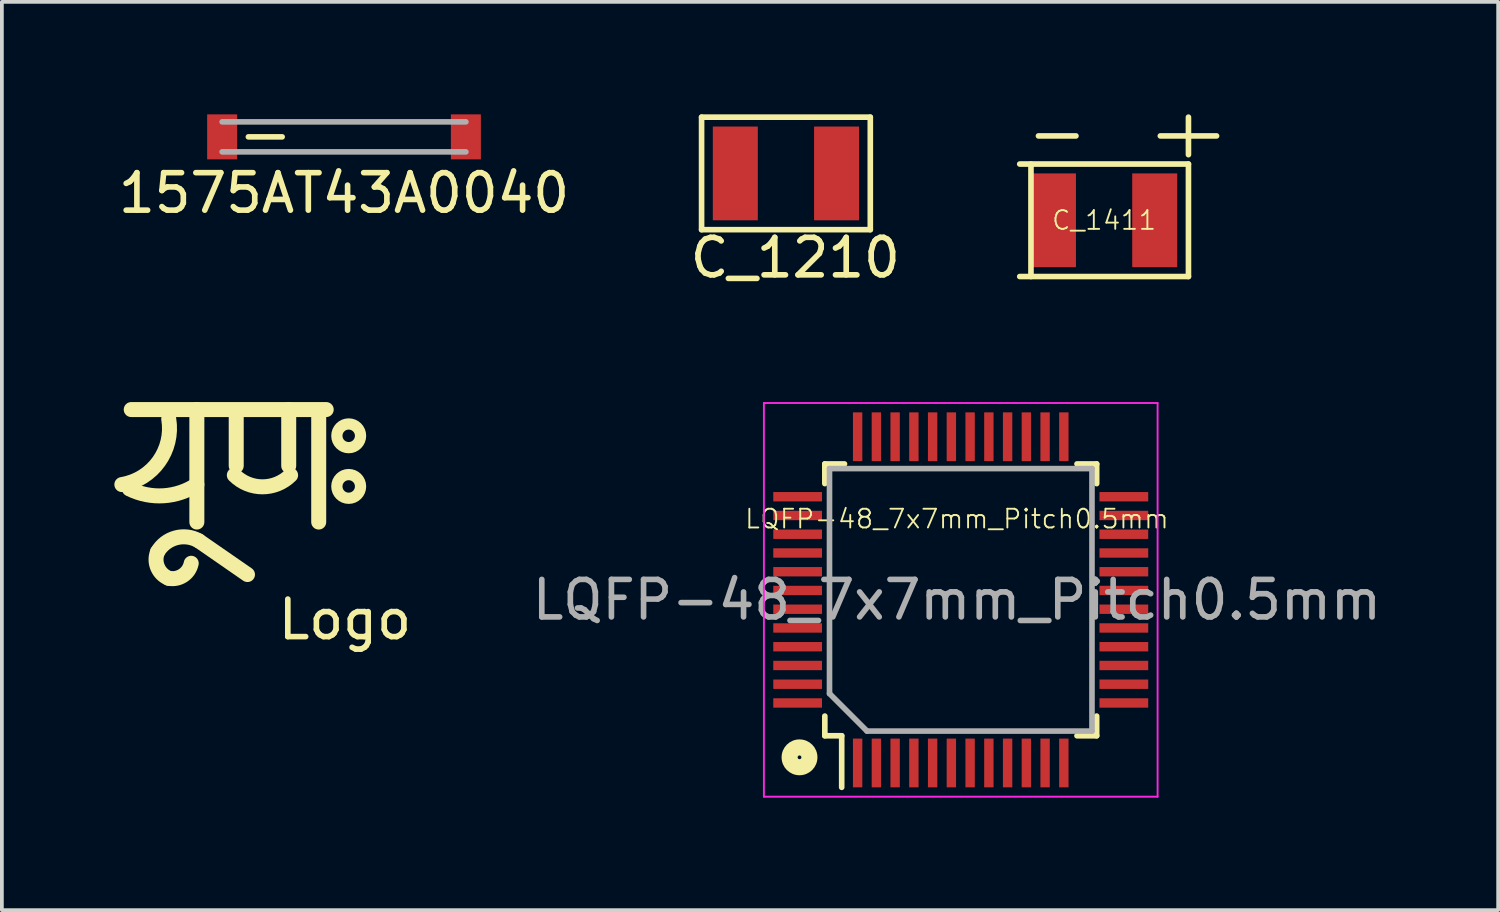
<source format=kicad_pcb>
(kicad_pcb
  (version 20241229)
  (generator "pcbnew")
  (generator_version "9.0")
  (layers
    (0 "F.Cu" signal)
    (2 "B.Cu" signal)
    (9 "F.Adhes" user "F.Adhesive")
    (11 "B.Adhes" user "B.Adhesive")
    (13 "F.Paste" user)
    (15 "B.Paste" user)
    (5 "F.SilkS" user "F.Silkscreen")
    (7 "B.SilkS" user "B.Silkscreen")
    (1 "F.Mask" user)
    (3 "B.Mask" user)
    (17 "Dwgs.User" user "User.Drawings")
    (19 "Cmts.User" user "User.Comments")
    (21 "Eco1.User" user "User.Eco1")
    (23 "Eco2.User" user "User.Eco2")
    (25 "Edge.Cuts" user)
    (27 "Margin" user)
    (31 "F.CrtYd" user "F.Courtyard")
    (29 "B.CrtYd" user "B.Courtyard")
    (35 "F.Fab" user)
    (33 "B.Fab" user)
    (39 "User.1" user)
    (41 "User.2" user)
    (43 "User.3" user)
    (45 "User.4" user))
  (footprint "C_1210"
    (layer "F.Cu")
    (at 17.911 1.575)
    (property "Reference" "C_1210" (at 0.25 2.25 0) (layer "F.SilkS") (effects (font (size 1 1) (thickness 0.15))))
    (attr through_hole)
    (fp_line (start -2.25 -1.5) (end 2.25 -1.5) (stroke (width 0.15) (type solid)) (layer "F.SilkS"))
    (fp_line (start -2.25 1.5) (end -2.25 -1.5) (stroke (width 0.15) (type solid)) (layer "F.SilkS"))
    (fp_line (start 2.25 -1.5) (end 2.25 1.5) (stroke (width 0.15) (type solid)) (layer "F.SilkS"))
    (fp_line (start 2.25 1.5) (end -2.25 1.5) (stroke (width 0.15) (type solid)) (layer "F.SilkS"))
    (pad "1" smd rect (at -1.35 0) (size 1.2 2.5) (layers "F.Cu" "F.Mask" "F.Paste"))
    (pad "2" smd rect (at 1.35 0) (size 1.2 2.5) (layers "F.Cu" "F.Mask" "F.Paste")))
  (footprint "Logo"
    (layer "F.Cu")
    (at 2.95 11.373)
    (property "Reference" "Logo" (at 3.2 2.1 0) (layer "F.SilkS") (effects (font (size 1 1) (thickness 0.15))))
    (attr through_hole)
    (fp_line (start -2.5 -3.5) (end 2.7 -3.5) (stroke (width 0.4) (type solid)) (layer "F.SilkS"))
    (fp_line (start -0.75 -3.5) (end -0.75 -0.5) (stroke (width 0.4) (type solid)) (layer "F.SilkS"))
    (fp_line (start -0.7 0) (end 0.6 0.9) (stroke (width 0.4) (type solid)) (layer "F.SilkS"))
    (fp_line (start 0.3 -3.4) (end 0.3 -2) (stroke (width 0.4) (type solid)) (layer "F.SilkS"))
    (fp_line (start 1.7 -3.5) (end 1.7 -2) (stroke (width 0.4) (type solid)) (layer "F.SilkS"))
    (fp_line (start 2.5 -3.4) (end 2.5 -0.5) (stroke (width 0.4) (type solid)) (layer "F.SilkS"))
    (fp_arc (start -1.8 0.3) (mid -1.312132 -0.077817) (end -0.7 0) (stroke (width 0.4) (type solid)) (layer "F.SilkS"))
    (fp_arc (start -1.5 -3.25) (mid -1.762563 -2.116117) (end -2.75 -1.5) (stroke (width 0.4) (type solid)) (layer "F.SilkS"))
    (fp_arc (start -1.5 1) (mid -1.794975 0.712132) (end -1.8 0.3) (stroke (width 0.4) (type solid)) (layer "F.SilkS"))
    (fp_arc (start -0.9 0.6) (mid -1.117157 0.924264) (end -1.5 1) (stroke (width 0.4) (type solid)) (layer "F.SilkS"))
    (fp_arc (start -0.75 -1.5) (mid -1.633975 -1.200962) (end -2.549038 -1.383975) (stroke (width 0.4) (type solid)) (layer "F.SilkS"))
    (fp_arc (start 1.75 -1.75) (mid 1 -1.43934) (end 0.25 -1.75) (stroke (width 0.4) (type solid)) (layer "F.SilkS"))
    (fp_circle (center 3.3 -2.8) (end 3.4 -3.1) (stroke (width 0.3) (type solid)) (fill no) (layer "F.SilkS"))
    (fp_circle (center 3.3 -1.45) (end 3.4 -1.75) (stroke (width 0.3) (type solid)) (fill no) (layer "F.SilkS")))
  (footprint "1575AT43A0040"
    (layer "F.Cu")
    (at 6.125 0.6)
    (property "Reference" "1575AT43A0040" (at 0 1.5 0) (layer "F.SilkS") (effects (font (size 1 1) (thickness 0.15))))
    (attr through_hole)
    (fp_line (start -1.65 0) (end -2.55 0) (stroke (width 0.15) (type solid)) (layer "F.SilkS"))
    (fp_line (start -3.25 -0.4) (end 3.25 -0.4) (stroke (width 0.15) (type solid)) (layer "F.Fab"))
    (fp_line (start -3.25 0.4) (end 3.25 0.4) (stroke (width 0.15) (type solid)) (layer "F.Fab"))
    (pad "1" smd rect (at -3.25 0) (size 0.8 1.2) (layers "F.Cu" "F.Mask" "F.Paste"))
    (pad "2" smd rect (at 3.25 0) (size 0.8 1.2) (layers "F.Cu" "F.Mask" "F.Paste")))
  (footprint "LQFP-48_7x7mm_Pitch0.5mm"
    (layer "F.Cu")
    (at 22.573 12.948)
    (property "Reference" "LQFP-48_7x7mm_Pitch0.5mm" (at -0.102 -2.159 0) (layer "F.SilkS") (effects (font (size 0.5 0.5) (thickness 0.05))))
    (attr smd)
    (fp_line (start -3.625 -3.625) (end -3.625 -3.1) (stroke (width 0.15) (type solid)) (layer "F.SilkS"))
    (fp_line (start -3.625 -3.625) (end -3.1 -3.625) (stroke (width 0.15) (type solid)) (layer "F.SilkS"))
    (fp_line (start -3.625 3.625) (end -3.625 3.1) (stroke (width 0.15) (type solid)) (layer "F.SilkS"))
    (fp_line (start -3.625 3.625) (end -3.175 3.625) (stroke (width 0.15) (type solid)) (layer "F.SilkS"))
    (fp_line (start -3.175 3.625) (end -3.175 5) (stroke (width 0.15) (type solid)) (layer "F.SilkS"))
    (fp_line (start 3.625 -3.625) (end 3.1 -3.625) (stroke (width 0.15) (type solid)) (layer "F.SilkS"))
    (fp_line (start 3.625 -3.625) (end 3.625 -3.1) (stroke (width 0.15) (type solid)) (layer "F.SilkS"))
    (fp_line (start 3.625 3.625) (end 3.1 3.625) (stroke (width 0.15) (type solid)) (layer "F.SilkS"))
    (fp_line (start 3.625 3.625) (end 3.625 3.1) (stroke (width 0.15) (type solid)) (layer "F.SilkS"))
    (fp_circle (center -4.3 4.2) (end -4.7 4.15) (stroke (width 0.15) (type solid)) (fill no) (layer "F.SilkS"))
    (fp_circle (center -4.3 4.2) (end -4.6 4.1) (stroke (width 0.15) (type solid)) (fill no) (layer "F.SilkS"))
    (fp_circle (center -4.3 4.2) (end -4.55 4.2) (stroke (width 0.15) (type solid)) (fill no) (layer "F.SilkS"))
    (fp_circle (center -4.3 4.2) (end -4.45 4.2) (stroke (width 0.15) (type solid)) (fill no) (layer "F.SilkS"))
    (fp_circle (center -4.3 4.2) (end -4.35 4.2) (stroke (width 0.15) (type solid)) (fill no) (layer "F.SilkS"))
    (fp_line (start -5.25 -5.25) (end 5.25 -5.25) (stroke (width 0.05) (type solid)) (layer "F.CrtYd"))
    (fp_line (start -5.25 5.25) (end -5.25 -5.25) (stroke (width 0.05) (type solid)) (layer "F.CrtYd"))
    (fp_line (start -5.25 5.25) (end 5.25 5.25) (stroke (width 0.05) (type solid)) (layer "F.CrtYd"))
    (fp_line (start 5.25 5.25) (end 5.25 -5.25) (stroke (width 0.05) (type solid)) (layer "F.CrtYd"))
    (fp_line (start -3.5 -3.5) (end 3.5 -3.5) (stroke (width 0.15) (type solid)) (layer "F.Fab"))
    (fp_line (start -3.5 2.5) (end -3.5 -3.5) (stroke (width 0.15) (type solid)) (layer "F.Fab"))
    (fp_line (start -2.5 3.5) (end -3.5 2.5) (stroke (width 0.15) (type solid)) (layer "F.Fab"))
    (fp_line (start 3.5 -3.5) (end 3.5 3.5) (stroke (width 0.15) (type solid)) (layer "F.Fab"))
    (fp_line (start 3.5 3.5) (end -2.5 3.5) (stroke (width 0.15) (type solid)) (layer "F.Fab"))
    (fp_text user "${REFERENCE}" (at -0.102 0 180) (layer "F.Fab") (effects (font (size 1 1) (thickness 0.15))))
    (pad "1" smd rect (at -2.75 4.35 90) (size 1.3 0.25) (layers "F.Cu" "F.Mask" "F.Paste"))
    (pad "2" smd rect (at -2.25 4.35 90) (size 1.3 0.25) (layers "F.Cu" "F.Mask" "F.Paste"))
    (pad "3" smd rect (at -1.75 4.35 90) (size 1.3 0.25) (layers "F.Cu" "F.Mask" "F.Paste"))
    (pad "4" smd rect (at -1.25 4.35 90) (size 1.3 0.25) (layers "F.Cu" "F.Mask" "F.Paste"))
    (pad "5" smd rect (at -0.75 4.35 90) (size 1.3 0.25) (layers "F.Cu" "F.Mask" "F.Paste"))
    (pad "6" smd rect (at -0.25 4.35 90) (size 1.3 0.25) (layers "F.Cu" "F.Mask" "F.Paste"))
    (pad "7" smd rect (at 0.25 4.35 90) (size 1.3 0.25) (layers "F.Cu" "F.Mask" "F.Paste"))
    (pad "8" smd rect (at 0.75 4.35 90) (size 1.3 0.25) (layers "F.Cu" "F.Mask" "F.Paste"))
    (pad "9" smd rect (at 1.25 4.35 90) (size 1.3 0.25) (layers "F.Cu" "F.Mask" "F.Paste"))
    (pad "10" smd rect (at 1.75 4.35 90) (size 1.3 0.25) (layers "F.Cu" "F.Mask" "F.Paste"))
    (pad "11" smd rect (at 2.25 4.35 90) (size 1.3 0.25) (layers "F.Cu" "F.Mask" "F.Paste"))
    (pad "12" smd rect (at 2.75 4.35 90) (size 1.3 0.25) (layers "F.Cu" "F.Mask" "F.Paste"))
    (pad "13" smd rect (at 4.35 2.75 180) (size 1.3 0.25) (layers "F.Cu" "F.Mask" "F.Paste"))
    (pad "14" smd rect (at 4.35 2.25 180) (size 1.3 0.25) (layers "F.Cu" "F.Mask" "F.Paste"))
    (pad "15" smd rect (at 4.35 1.75 180) (size 1.3 0.25) (layers "F.Cu" "F.Mask" "F.Paste"))
    (pad "16" smd rect (at 4.35 1.25 180) (size 1.3 0.25) (layers "F.Cu" "F.Mask" "F.Paste"))
    (pad "17" smd rect (at 4.35 0.75 180) (size 1.3 0.25) (layers "F.Cu" "F.Mask" "F.Paste"))
    (pad "18" smd rect (at 4.35 0.25 180) (size 1.3 0.25) (layers "F.Cu" "F.Mask" "F.Paste"))
    (pad "19" smd rect (at 4.35 -0.25 180) (size 1.3 0.25) (layers "F.Cu" "F.Mask" "F.Paste"))
    (pad "20" smd rect (at 4.35 -0.75 180) (size 1.3 0.25) (layers "F.Cu" "F.Mask" "F.Paste"))
    (pad "21" smd rect (at 4.35 -1.25 180) (size 1.3 0.25) (layers "F.Cu" "F.Mask" "F.Paste"))
    (pad "22" smd rect (at 4.35 -1.75 180) (size 1.3 0.25) (layers "F.Cu" "F.Mask" "F.Paste"))
    (pad "23" smd rect (at 4.35 -2.25 180) (size 1.3 0.25) (layers "F.Cu" "F.Mask" "F.Paste"))
    (pad "24" smd rect (at 4.35 -2.75 180) (size 1.3 0.25) (layers "F.Cu" "F.Mask" "F.Paste"))
    (pad "25" smd rect (at 2.75 -4.35 90) (size 1.3 0.25) (layers "F.Cu" "F.Mask" "F.Paste"))
    (pad "26" smd rect (at 2.25 -4.35 90) (size 1.3 0.25) (layers "F.Cu" "F.Mask" "F.Paste"))
    (pad "27" smd rect (at 1.75 -4.35 90) (size 1.3 0.25) (layers "F.Cu" "F.Mask" "F.Paste"))
    (pad "28" smd rect (at 1.25 -4.35 90) (size 1.3 0.25) (layers "F.Cu" "F.Mask" "F.Paste"))
    (pad "29" smd rect (at 0.75 -4.35 90) (size 1.3 0.25) (layers "F.Cu" "F.Mask" "F.Paste"))
    (pad "30" smd rect (at 0.25 -4.35 90) (size 1.3 0.25) (layers "F.Cu" "F.Mask" "F.Paste"))
    (pad "31" smd rect (at -0.25 -4.35 90) (size 1.3 0.25) (layers "F.Cu" "F.Mask" "F.Paste"))
    (pad "32" smd rect (at -0.75 -4.35 90) (size 1.3 0.25) (layers "F.Cu" "F.Mask" "F.Paste"))
    (pad "33" smd rect (at -1.25 -4.35 90) (size 1.3 0.25) (layers "F.Cu" "F.Mask" "F.Paste"))
    (pad "34" smd rect (at -1.75 -4.35 90) (size 1.3 0.25) (layers "F.Cu" "F.Mask" "F.Paste"))
    (pad "35" smd rect (at -2.25 -4.35 90) (size 1.3 0.25) (layers "F.Cu" "F.Mask" "F.Paste"))
    (pad "36" smd rect (at -2.75 -4.35 90) (size 1.3 0.25) (layers "F.Cu" "F.Mask" "F.Paste"))
    (pad "37" smd rect (at -4.35 -2.75 180) (size 1.3 0.25) (layers "F.Cu" "F.Mask" "F.Paste"))
    (pad "38" smd rect (at -4.35 -2.25 180) (size 1.3 0.25) (layers "F.Cu" "F.Mask" "F.Paste"))
    (pad "39" smd rect (at -4.35 -1.75 180) (size 1.3 0.25) (layers "F.Cu" "F.Mask" "F.Paste"))
    (pad "40" smd rect (at -4.35 -1.25 180) (size 1.3 0.25) (layers "F.Cu" "F.Mask" "F.Paste"))
    (pad "41" smd rect (at -4.35 -0.75 180) (size 1.3 0.25) (layers "F.Cu" "F.Mask" "F.Paste"))
    (pad "42" smd rect (at -4.35 -0.25 180) (size 1.3 0.25) (layers "F.Cu" "F.Mask" "F.Paste"))
    (pad "43" smd rect (at -4.35 0.25 180) (size 1.3 0.25) (layers "F.Cu" "F.Mask" "F.Paste"))
    (pad "44" smd rect (at -4.35 0.75 180) (size 1.3 0.25) (layers "F.Cu" "F.Mask" "F.Paste"))
    (pad "45" smd rect (at -4.35 1.25 180) (size 1.3 0.25) (layers "F.Cu" "F.Mask" "F.Paste"))
    (pad "46" smd rect (at -4.35 1.75 180) (size 1.3 0.25) (layers "F.Cu" "F.Mask" "F.Paste"))
    (pad "47" smd rect (at -4.35 2.25 180) (size 1.3 0.25) (layers "F.Cu" "F.Mask" "F.Paste"))
    (pad "48" smd rect (at -4.35 2.75 180) (size 1.3 0.25) (layers "F.Cu" "F.Mask" "F.Paste")))
  (footprint "C_1411"
    (layer "F.Cu")
    (at 26.396 2.825)
    (property "Reference" "C_1411" (at 0 0 0) (layer "F.SilkS") (effects (font (size 0.5 0.5) (thickness 0.05))))
    (attr through_hole)
    (fp_line (start -2.25 -1.5) (end 2.25 -1.5) (stroke (width 0.15) (type solid)) (layer "F.SilkS"))
    (fp_line (start -1.95 -1.5) (end -1.95 1.5) (stroke (width 0.15) (type solid)) (layer "F.SilkS"))
    (fp_line (start -1.75 -2.25) (end -0.75 -2.25) (stroke (width 0.15) (type solid)) (layer "F.SilkS"))
    (fp_line (start 1.5 -2.25) (end 3 -2.25) (stroke (width 0.15) (type solid)) (layer "F.SilkS"))
    (fp_line (start 2.25 -2.75) (end 2.25 -1.75) (stroke (width 0.15) (type solid)) (layer "F.SilkS"))
    (fp_line (start 2.25 -1.5) (end 2.25 1.5) (stroke (width 0.15) (type solid)) (layer "F.SilkS"))
    (fp_line (start 2.25 1.5) (end -2.25 1.5) (stroke (width 0.15) (type solid)) (layer "F.SilkS"))
    (pad "1" smd rect (at 1.35 0) (size 1.2 2.5) (layers "F.Cu" "F.Mask" "F.Paste"))
    (pad "2" smd rect (at -1.35 0) (size 1.2 2.5) (layers "F.Cu" "F.Mask" "F.Paste")))
  (gr_rect
    (start -3 -3)
    (end 36.906 21.223)
    (stroke (width 0.1) (type default))
    (fill no)
    (layer "Edge.Cuts")))
</source>
